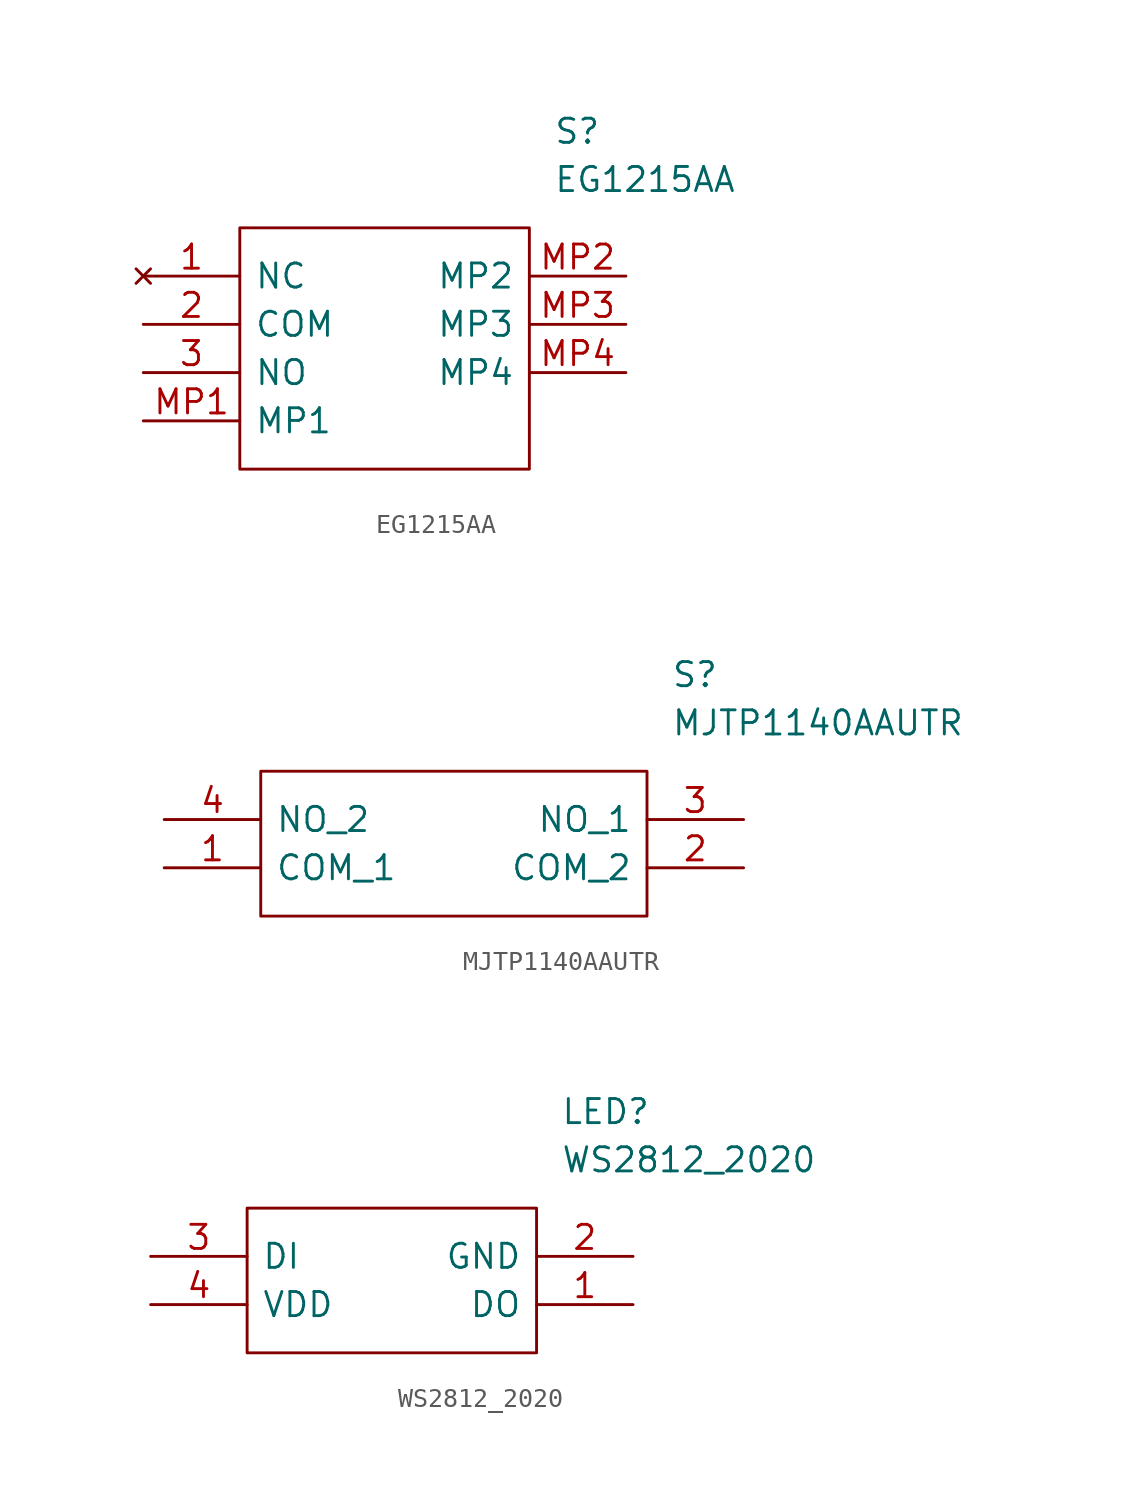
<source format=kicad_sym>
(kicad_symbol_lib
  (version 20211014)
  (generator kicad_symbol_editor)
  (symbol "EG1215AA"
    (pin_names
      (offset 0.762))
    (property "Reference" "S"
      (at 21.59 7.62 0)
      (effects (font (size 1.27 1.27)) (justify left)))
    (property "Value" "EG1215AA"
      (at 21.59 5.08 0)
      (effects (font (size 1.27 1.27)) (justify left)))
    (symbol "EG1215AA_0_0"
      (pin no_connect line (at 0 0 0) (length 5.08) (name "NC" (effects (font (size 1.27 1.27)))) (number "1" (effects (font (size 1.27 1.27)))))
      (pin passive line (at 0 -2.54 0) (length 5.08) (name "COM" (effects (font (size 1.27 1.27)))) (number "2" (effects (font (size 1.27 1.27)))))
      (pin passive line (at 0 -5.08 0) (length 5.08) (name "NO" (effects (font (size 1.27 1.27)))) (number "3" (effects (font (size 1.27 1.27)))))
      (pin passive line (at 0 -7.62 0) (length 5.08) (name "MP1" (effects (font (size 1.27 1.27)))) (number "MP1" (effects (font (size 1.27 1.27)))))
      (pin passive line (at 25.4 0 180) (length 5.08) (name "MP2" (effects (font (size 1.27 1.27)))) (number "MP2" (effects (font (size 1.27 1.27)))))
      (pin passive line (at 25.4 -2.54 180) (length 5.08) (name "MP3" (effects (font (size 1.27 1.27)))) (number "MP3" (effects (font (size 1.27 1.27)))))
      (pin passive line (at 25.4 -5.08 180) (length 5.08) (name "MP4" (effects (font (size 1.27 1.27)))) (number "MP4" (effects (font (size 1.27 1.27))))))
    (symbol "EG1215AA_0_1"
      (polyline (pts (xy 5.08 2.54) (xy 20.32 2.54) (xy 20.32 -10.16) (xy 5.08 -10.16) (xy 5.08 2.54)) (stroke (width 0.152) (type default) (color 0 0 0 0)) (fill (type none)))))
  (symbol "MJTP1140AAUTR"
    (pin_names
      (offset 0.762))
    (property "Reference" "S"
      (at 26.67 7.62 0)
      (effects (font (size 1.27 1.27)) (justify left)))
    (property "Value" "MJTP1140AAUTR"
      (at 26.67 5.08 0)
      (effects (font (size 1.27 1.27)) (justify left)))
    (symbol "MJTP1140AAUTR_0_0"
      (pin passive line (at 0 -2.54 0) (length 5.08) (name "COM_1" (effects (font (size 1.27 1.27)))) (number "1" (effects (font (size 1.27 1.27)))))
      (pin passive line (at 30.48 -2.54 180) (length 5.08) (name "COM_2" (effects (font (size 1.27 1.27)))) (number "2" (effects (font (size 1.27 1.27)))))
      (pin passive line (at 30.48 0 180) (length 5.08) (name "NO_1" (effects (font (size 1.27 1.27)))) (number "3" (effects (font (size 1.27 1.27)))))
      (pin passive line (at 0 0 0) (length 5.08) (name "NO_2" (effects (font (size 1.27 1.27)))) (number "4" (effects (font (size 1.27 1.27))))))
    (symbol "MJTP1140AAUTR_0_1"
      (polyline (pts (xy 5.08 2.54) (xy 25.4 2.54) (xy 25.4 -5.08) (xy 5.08 -5.08) (xy 5.08 2.54)) (stroke (width 0.152) (type default) (color 0 0 0 0)) (fill (type none)))))
  (symbol "WS2812_2020"
    (pin_names
      (offset 0.762))
    (property "Reference" "LED"
      (at 21.59 7.62 0)
      (effects (font (size 1.27 1.27)) (justify left)))
    (property "Value" "WS2812_2020"
      (at 21.59 5.08 0)
      (effects (font (size 1.27 1.27)) (justify left)))
    (symbol "WS2812_2020_0_0"
      (pin passive line (at 25.4 -2.54 180) (length 5.08) (name "DO" (effects (font (size 1.27 1.27)))) (number "1" (effects (font (size 1.27 1.27)))))
      (pin passive line (at 25.4 0 180) (length 5.08) (name "GND" (effects (font (size 1.27 1.27)))) (number "2" (effects (font (size 1.27 1.27)))))
      (pin passive line (at 0 0 0) (length 5.08) (name "DI" (effects (font (size 1.27 1.27)))) (number "3" (effects (font (size 1.27 1.27)))))
      (pin passive line (at 0 -2.54 0) (length 5.08) (name "VDD" (effects (font (size 1.27 1.27)))) (number "4" (effects (font (size 1.27 1.27))))))
    (symbol "WS2812_2020_0_1"
      (polyline (pts (xy 5.08 2.54) (xy 20.32 2.54) (xy 20.32 -5.08) (xy 5.08 -5.08) (xy 5.08 2.54)) (stroke (width 0.152) (type default) (color 0 0 0 0)) (fill (type none))))))
</source>
